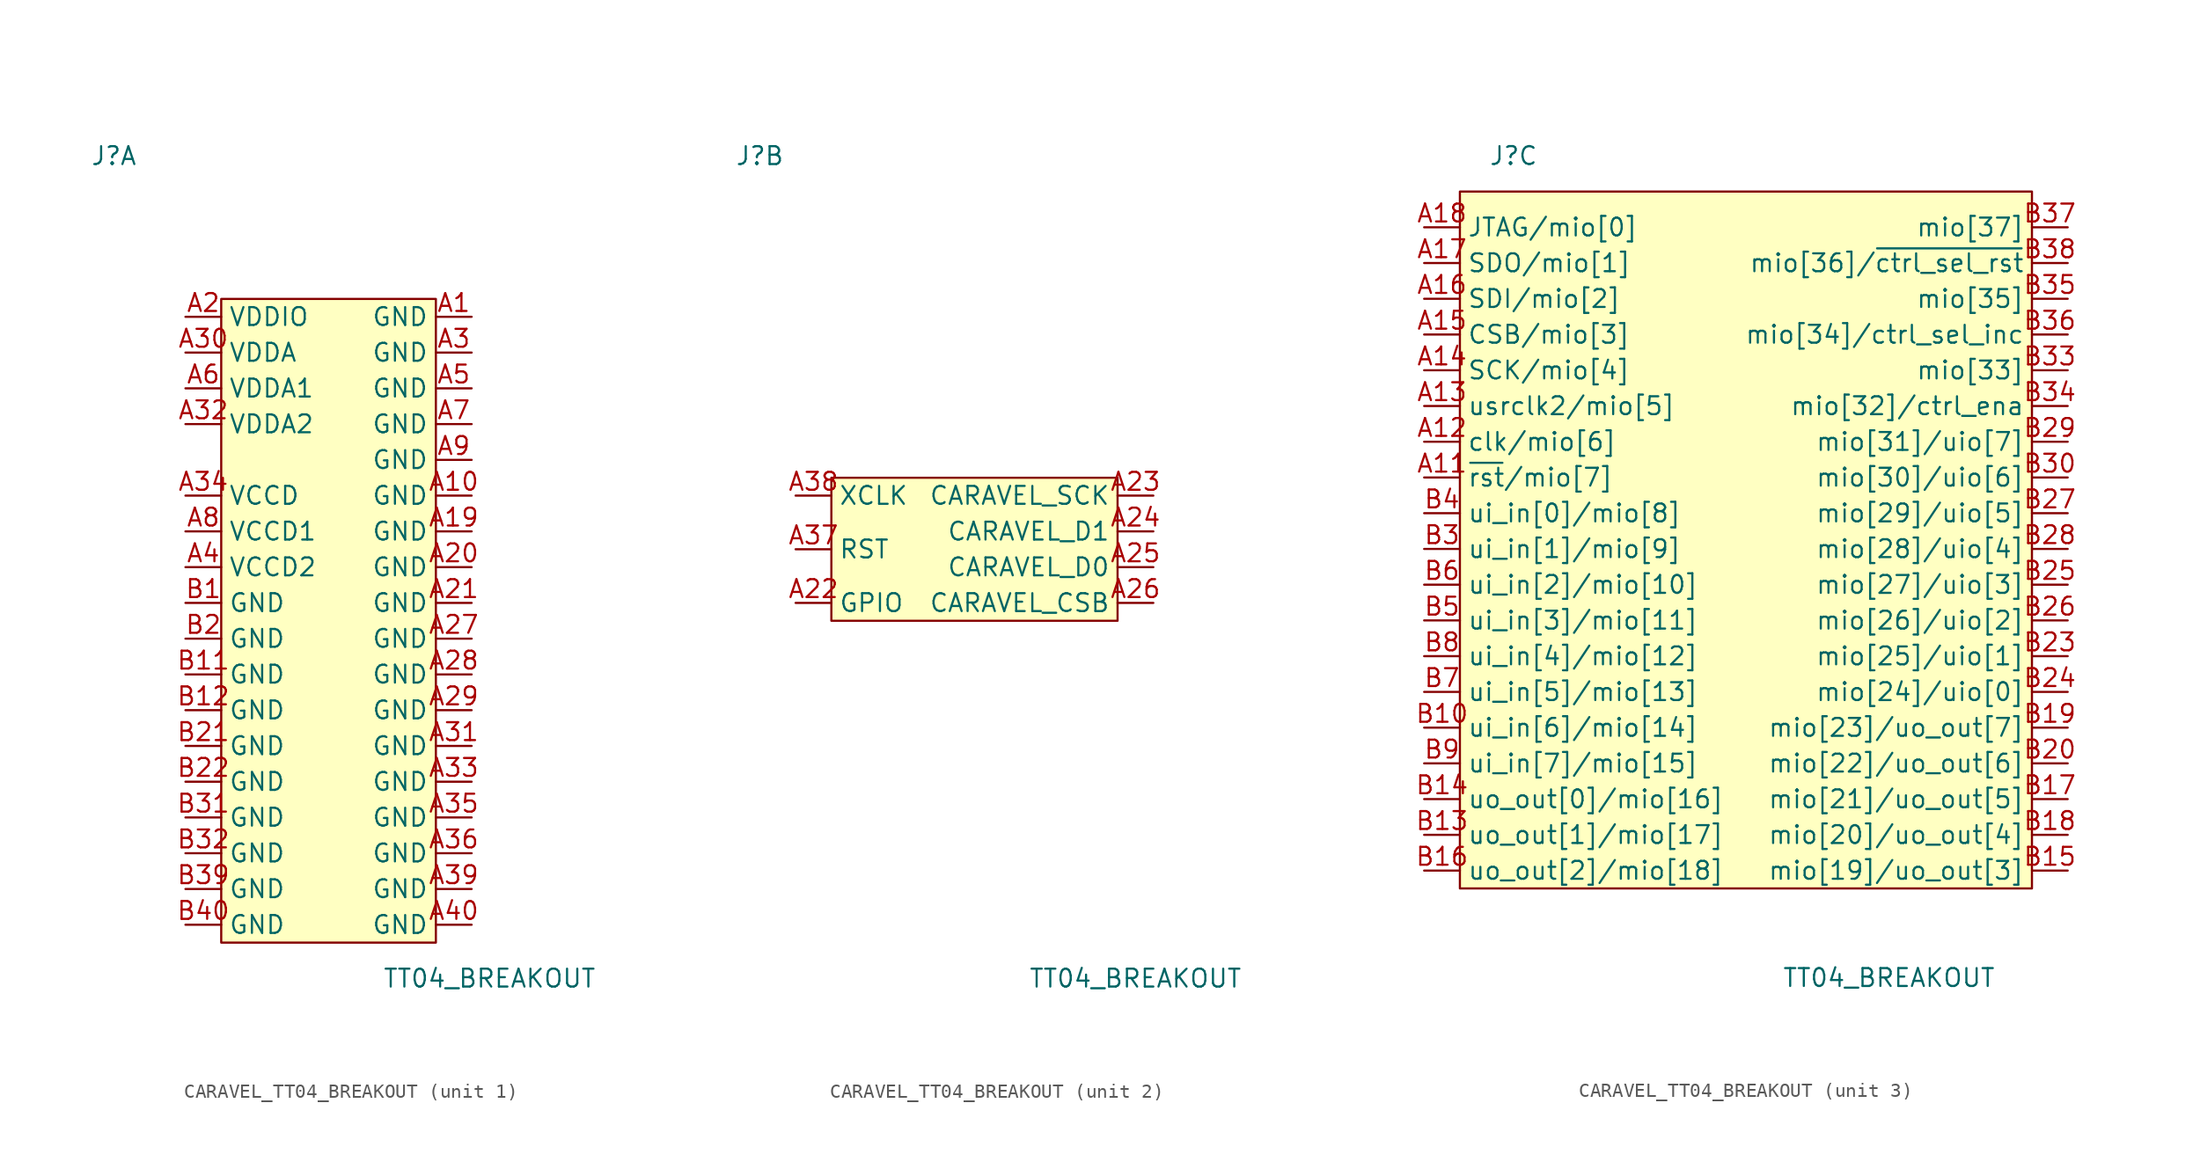
<source format=kicad_sym>
(kicad_symbol_lib
  (version 20220914)
  (generator kicad_symbol_editor)
  (symbol "CARAVEL_TT04_BREAKOUT"
    (property "Reference" "J"
      (at -16.51 25.4 0)
      (effects (font (size 1.27 1.27))))
    (property "Value" "TT04_BREAKOUT"
      (at 10.16 -33.02 0)
      (effects (font (size 1.27 1.27))))
    (property "ki_locked" ""
      (at 0 0 0)
      (effects (font (size 1.27 1.27))))
    (symbol "CARAVEL_TT04_BREAKOUT_1_1"
      (rectangle (start -8.89 15.24) (end 6.35 -30.48) (stroke (width 0) (type default)) (fill (type background)))
      (pin power_in line (at 8.89 13.97 180) (length 2.54) (name "GND" (effects (font (size 1.27 1.27)))) (number "A1" (effects (font (size 1.27 1.27)))))
      (pin power_in line (at 8.89 1.27 180) (length 2.54) (name "GND" (effects (font (size 1.27 1.27)))) (number "A10" (effects (font (size 1.27 1.27)))))
      (pin power_in line (at 8.89 -1.27 180) (length 2.54) (name "GND" (effects (font (size 1.27 1.27)))) (number "A19" (effects (font (size 1.27 1.27)))))
      (pin power_in line (at -11.43 13.97 0) (length 2.54) (name "VDDIO" (effects (font (size 1.27 1.27)))) (number "A2" (effects (font (size 1.27 1.27)))))
      (pin power_in line (at 8.89 -3.81 180) (length 2.54) (name "GND" (effects (font (size 1.27 1.27)))) (number "A20" (effects (font (size 1.27 1.27)))))
      (pin power_in line (at 8.89 -6.35 180) (length 2.54) (name "GND" (effects (font (size 1.27 1.27)))) (number "A21" (effects (font (size 1.27 1.27)))))
      (pin power_in line (at 8.89 -8.89 180) (length 2.54) (name "GND" (effects (font (size 1.27 1.27)))) (number "A27" (effects (font (size 1.27 1.27)))))
      (pin power_in line (at 8.89 -11.43 180) (length 2.54) (name "GND" (effects (font (size 1.27 1.27)))) (number "A28" (effects (font (size 1.27 1.27)))))
      (pin power_in line (at 8.89 -13.97 180) (length 2.54) (name "GND" (effects (font (size 1.27 1.27)))) (number "A29" (effects (font (size 1.27 1.27)))))
      (pin power_in line (at 8.89 11.43 180) (length 2.54) (name "GND" (effects (font (size 1.27 1.27)))) (number "A3" (effects (font (size 1.27 1.27)))))
      (pin power_in line (at -11.43 11.43 0) (length 2.54) (name "VDDA" (effects (font (size 1.27 1.27)))) (number "A30" (effects (font (size 1.27 1.27)))))
      (pin power_in line (at 8.89 -16.51 180) (length 2.54) (name "GND" (effects (font (size 1.27 1.27)))) (number "A31" (effects (font (size 1.27 1.27)))))
      (pin power_in line (at -11.43 6.35 0) (length 2.54) (name "VDDA2" (effects (font (size 1.27 1.27)))) (number "A32" (effects (font (size 1.27 1.27)))))
      (pin power_in line (at 8.89 -19.05 180) (length 2.54) (name "GND" (effects (font (size 1.27 1.27)))) (number "A33" (effects (font (size 1.27 1.27)))))
      (pin power_in line (at -11.43 1.27 0) (length 2.54) (name "VCCD" (effects (font (size 1.27 1.27)))) (number "A34" (effects (font (size 1.27 1.27)))))
      (pin power_in line (at 8.89 -21.59 180) (length 2.54) (name "GND" (effects (font (size 1.27 1.27)))) (number "A35" (effects (font (size 1.27 1.27)))))
      (pin power_in line (at 8.89 -24.13 180) (length 2.54) (name "GND" (effects (font (size 1.27 1.27)))) (number "A36" (effects (font (size 1.27 1.27)))))
      (pin power_in line (at 8.89 -26.67 180) (length 2.54) (name "GND" (effects (font (size 1.27 1.27)))) (number "A39" (effects (font (size 1.27 1.27)))))
      (pin power_in line (at -11.43 -3.81 0) (length 2.54) (name "VCCD2" (effects (font (size 1.27 1.27)))) (number "A4" (effects (font (size 1.27 1.27)))))
      (pin power_in line (at 8.89 -29.21 180) (length 2.54) (name "GND" (effects (font (size 1.27 1.27)))) (number "A40" (effects (font (size 1.27 1.27)))))
      (pin power_in line (at 8.89 8.89 180) (length 2.54) (name "GND" (effects (font (size 1.27 1.27)))) (number "A5" (effects (font (size 1.27 1.27)))))
      (pin power_in line (at -11.43 8.89 0) (length 2.54) (name "VDDA1" (effects (font (size 1.27 1.27)))) (number "A6" (effects (font (size 1.27 1.27)))))
      (pin power_in line (at 8.89 6.35 180) (length 2.54) (name "GND" (effects (font (size 1.27 1.27)))) (number "A7" (effects (font (size 1.27 1.27)))))
      (pin power_in line (at -11.43 -1.27 0) (length 2.54) (name "VCCD1" (effects (font (size 1.27 1.27)))) (number "A8" (effects (font (size 1.27 1.27)))))
      (pin power_in line (at 8.89 3.81 180) (length 2.54) (name "GND" (effects (font (size 1.27 1.27)))) (number "A9" (effects (font (size 1.27 1.27)))))
      (pin power_in line (at -11.43 -6.35 0) (length 2.54) (name "GND" (effects (font (size 1.27 1.27)))) (number "B1" (effects (font (size 1.27 1.27)))))
      (pin power_in line (at -11.43 -11.43 0) (length 2.54) (name "GND" (effects (font (size 1.27 1.27)))) (number "B11" (effects (font (size 1.27 1.27)))))
      (pin power_in line (at -11.43 -13.97 0) (length 2.54) (name "GND" (effects (font (size 1.27 1.27)))) (number "B12" (effects (font (size 1.27 1.27)))))
      (pin power_in line (at -11.43 -8.89 0) (length 2.54) (name "GND" (effects (font (size 1.27 1.27)))) (number "B2" (effects (font (size 1.27 1.27)))))
      (pin power_in line (at -11.43 -16.51 0) (length 2.54) (name "GND" (effects (font (size 1.27 1.27)))) (number "B21" (effects (font (size 1.27 1.27)))))
      (pin power_in line (at -11.43 -19.05 0) (length 2.54) (name "GND" (effects (font (size 1.27 1.27)))) (number "B22" (effects (font (size 1.27 1.27)))))
      (pin power_in line (at -11.43 -21.59 0) (length 2.54) (name "GND" (effects (font (size 1.27 1.27)))) (number "B31" (effects (font (size 1.27 1.27)))))
      (pin power_in line (at -11.43 -24.13 0) (length 2.54) (name "GND" (effects (font (size 1.27 1.27)))) (number "B32" (effects (font (size 1.27 1.27)))))
      (pin power_in line (at -11.43 -26.67 0) (length 2.54) (name "GND" (effects (font (size 1.27 1.27)))) (number "B39" (effects (font (size 1.27 1.27)))))
      (pin power_in line (at -11.43 -29.21 0) (length 2.54) (name "GND" (effects (font (size 1.27 1.27)))) (number "B40" (effects (font (size 1.27 1.27))))))
    (symbol "CARAVEL_TT04_BREAKOUT_2_1"
      (rectangle (start -11.43 2.54) (end 8.89 -7.62) (stroke (width 0) (type default)) (fill (type background)))
      (pin input line (at -13.97 -6.35 0) (length 2.54) (name "GPIO" (effects (font (size 1.27 1.27)))) (number "A22" (effects (font (size 1.27 1.27)))))
      (pin input line (at 11.43 1.27 180) (length 2.54) (name "CARAVEL_SCK" (effects (font (size 1.27 1.27)))) (number "A23" (effects (font (size 1.27 1.27)))))
      (pin bidirectional line (at 11.43 -1.27 180) (length 2.54) (name "CARAVEL_D1" (effects (font (size 1.27 1.27)))) (number "A24" (effects (font (size 1.27 1.27)))))
      (pin bidirectional line (at 11.43 -3.81 180) (length 2.54) (name "CARAVEL_D0" (effects (font (size 1.27 1.27)))) (number "A25" (effects (font (size 1.27 1.27)))))
      (pin input line (at 11.43 -6.35 180) (length 2.54) (name "CARAVEL_CSB" (effects (font (size 1.27 1.27)))) (number "A26" (effects (font (size 1.27 1.27)))))
      (pin input line (at -13.97 -2.54 0) (length 2.54) (name "RST" (effects (font (size 1.27 1.27)))) (number "A37" (effects (font (size 1.27 1.27)))))
      (pin input line (at -13.97 1.27 0) (length 2.54) (name "XCLK" (effects (font (size 1.27 1.27)))) (number "A38" (effects (font (size 1.27 1.27))))))
    (symbol "CARAVEL_TT04_BREAKOUT_3_1"
      (rectangle (start -20.32 22.86) (end 20.32 -26.67) (stroke (width 0) (type default)) (fill (type background)))
      (pin input line (at -22.86 2.54 0) (length 2.54) (name "~{rst}/mio[7]" (effects (font (size 1.27 1.27)))) (number "A11" (effects (font (size 1.27 1.27)))))
      (pin input line (at -22.86 5.08 0) (length 2.54) (name "clk/mio[6]" (effects (font (size 1.27 1.27)))) (number "A12" (effects (font (size 1.27 1.27)))))
      (pin output line (at -22.86 7.62 0) (length 2.54) (name "usrclk2/mio[5]" (effects (font (size 1.27 1.27)))) (number "A13" (effects (font (size 1.27 1.27)))))
      (pin bidirectional line (at -22.86 10.16 0) (length 2.54) (name "SCK/mio[4]" (effects (font (size 1.27 1.27)))) (number "A14" (effects (font (size 1.27 1.27)))))
      (pin bidirectional line (at -22.86 12.7 0) (length 2.54) (name "CSB/mio[3]" (effects (font (size 1.27 1.27)))) (number "A15" (effects (font (size 1.27 1.27)))))
      (pin bidirectional line (at -22.86 15.24 0) (length 2.54) (name "SDI/mio[2]" (effects (font (size 1.27 1.27)))) (number "A16" (effects (font (size 1.27 1.27)))))
      (pin bidirectional line (at -22.86 17.78 0) (length 2.54) (name "SDO/mio[1]" (effects (font (size 1.27 1.27)))) (number "A17" (effects (font (size 1.27 1.27)))))
      (pin bidirectional line (at -22.86 20.32 0) (length 2.54) (name "JTAG/mio[0]" (effects (font (size 1.27 1.27)))) (number "A18" (effects (font (size 1.27 1.27)))))
      (pin input line (at -22.86 -15.24 0) (length 2.54) (name "ui_in[6]/mio[14]" (effects (font (size 1.27 1.27)))) (number "B10" (effects (font (size 1.27 1.27)))))
      (pin output line (at -22.86 -22.86 0) (length 2.54) (name "uo_out[1]/mio[17]" (effects (font (size 1.27 1.27)))) (number "B13" (effects (font (size 1.27 1.27)))))
      (pin output line (at -22.86 -20.32 0) (length 2.54) (name "uo_out[0]/mio[16]" (effects (font (size 1.27 1.27)))) (number "B14" (effects (font (size 1.27 1.27)))))
      (pin output line (at 22.86 -25.4 180) (length 2.54) (name "mio[19]/uo_out[3]" (effects (font (size 1.27 1.27)))) (number "B15" (effects (font (size 1.27 1.27)))))
      (pin output line (at -22.86 -25.4 0) (length 2.54) (name "uo_out[2]/mio[18]" (effects (font (size 1.27 1.27)))) (number "B16" (effects (font (size 1.27 1.27)))))
      (pin output line (at 22.86 -20.32 180) (length 2.54) (name "mio[21]/uo_out[5]" (effects (font (size 1.27 1.27)))) (number "B17" (effects (font (size 1.27 1.27)))))
      (pin output line (at 22.86 -22.86 180) (length 2.54) (name "mio[20]/uo_out[4]" (effects (font (size 1.27 1.27)))) (number "B18" (effects (font (size 1.27 1.27)))))
      (pin output line (at 22.86 -15.24 180) (length 2.54) (name "mio[23]/uo_out[7]" (effects (font (size 1.27 1.27)))) (number "B19" (effects (font (size 1.27 1.27)))))
      (pin output line (at 22.86 -17.78 180) (length 2.54) (name "mio[22]/uo_out[6]" (effects (font (size 1.27 1.27)))) (number "B20" (effects (font (size 1.27 1.27)))))
      (pin bidirectional line (at 22.86 -10.16 180) (length 2.54) (name "mio[25]/uio[1]" (effects (font (size 1.27 1.27)))) (number "B23" (effects (font (size 1.27 1.27)))))
      (pin bidirectional line (at 22.86 -12.7 180) (length 2.54) (name "mio[24]/uio[0]" (effects (font (size 1.27 1.27)))) (number "B24" (effects (font (size 1.27 1.27)))))
      (pin bidirectional line (at 22.86 -5.08 180) (length 2.54) (name "mio[27]/uio[3]" (effects (font (size 1.27 1.27)))) (number "B25" (effects (font (size 1.27 1.27)))))
      (pin bidirectional line (at 22.86 -7.62 180) (length 2.54) (name "mio[26]/uio[2]" (effects (font (size 1.27 1.27)))) (number "B26" (effects (font (size 1.27 1.27)))))
      (pin bidirectional line (at 22.86 0 180) (length 2.54) (name "mio[29]/uio[5]" (effects (font (size 1.27 1.27)))) (number "B27" (effects (font (size 1.27 1.27)))))
      (pin bidirectional line (at 22.86 -2.54 180) (length 2.54) (name "mio[28]/uio[4]" (effects (font (size 1.27 1.27)))) (number "B28" (effects (font (size 1.27 1.27)))))
      (pin bidirectional line (at 22.86 5.08 180) (length 2.54) (name "mio[31]/uio[7]" (effects (font (size 1.27 1.27)))) (number "B29" (effects (font (size 1.27 1.27)))))
      (pin input line (at -22.86 -2.54 0) (length 2.54) (name "ui_in[1]/mio[9]" (effects (font (size 1.27 1.27)))) (number "B3" (effects (font (size 1.27 1.27)))))
      (pin bidirectional line (at 22.86 2.54 180) (length 2.54) (name "mio[30]/uio[6]" (effects (font (size 1.27 1.27)))) (number "B30" (effects (font (size 1.27 1.27)))))
      (pin bidirectional line (at 22.86 10.16 180) (length 2.54) (name "mio[33]" (effects (font (size 1.27 1.27)))) (number "B33" (effects (font (size 1.27 1.27)))))
      (pin input line (at 22.86 7.62 180) (length 2.54) (name "mio[32]/ctrl_ena" (effects (font (size 1.27 1.27)))) (number "B34" (effects (font (size 1.27 1.27)))))
      (pin bidirectional line (at 22.86 15.24 180) (length 2.54) (name "mio[35]" (effects (font (size 1.27 1.27)))) (number "B35" (effects (font (size 1.27 1.27)))))
      (pin input line (at 22.86 12.7 180) (length 2.54) (name "mio[34]/ctrl_sel_inc" (effects (font (size 1.27 1.27)))) (number "B36" (effects (font (size 1.27 1.27)))))
      (pin bidirectional line (at 22.86 20.32 180) (length 2.54) (name "mio[37]" (effects (font (size 1.27 1.27)))) (number "B37" (effects (font (size 1.27 1.27)))))
      (pin input line (at 22.86 17.78 180) (length 2.54) (name "mio[36]/~{ctrl_sel_rst}" (effects (font (size 1.27 1.27)))) (number "B38" (effects (font (size 1.27 1.27)))))
      (pin input line (at -22.86 0 0) (length 2.54) (name "ui_in[0]/mio[8]" (effects (font (size 1.27 1.27)))) (number "B4" (effects (font (size 1.27 1.27)))))
      (pin input line (at -22.86 -7.62 0) (length 2.54) (name "ui_in[3]/mio[11]" (effects (font (size 1.27 1.27)))) (number "B5" (effects (font (size 1.27 1.27)))))
      (pin input line (at -22.86 -5.08 0) (length 2.54) (name "ui_in[2]/mio[10]" (effects (font (size 1.27 1.27)))) (number "B6" (effects (font (size 1.27 1.27)))))
      (pin input line (at -22.86 -12.7 0) (length 2.54) (name "ui_in[5]/mio[13]" (effects (font (size 1.27 1.27)))) (number "B7" (effects (font (size 1.27 1.27)))))
      (pin input line (at -22.86 -10.16 0) (length 2.54) (name "ui_in[4]/mio[12]" (effects (font (size 1.27 1.27)))) (number "B8" (effects (font (size 1.27 1.27)))))
      (pin input line (at -22.86 -17.78 0) (length 2.54) (name "ui_in[7]/mio[15]" (effects (font (size 1.27 1.27)))) (number "B9" (effects (font (size 1.27 1.27))))))))
</source>
